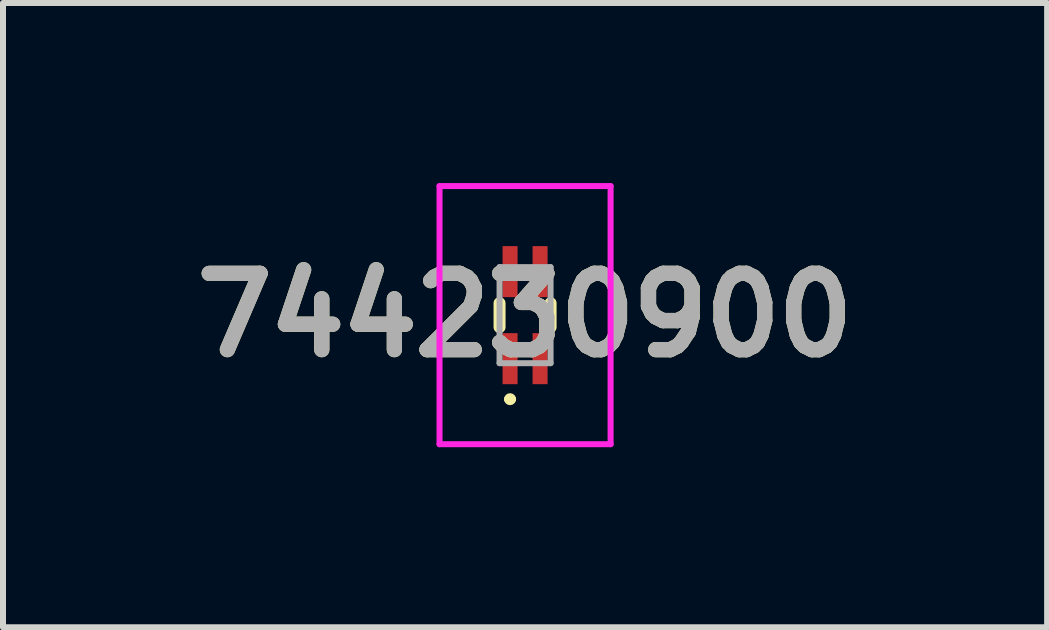
<source format=kicad_pcb>
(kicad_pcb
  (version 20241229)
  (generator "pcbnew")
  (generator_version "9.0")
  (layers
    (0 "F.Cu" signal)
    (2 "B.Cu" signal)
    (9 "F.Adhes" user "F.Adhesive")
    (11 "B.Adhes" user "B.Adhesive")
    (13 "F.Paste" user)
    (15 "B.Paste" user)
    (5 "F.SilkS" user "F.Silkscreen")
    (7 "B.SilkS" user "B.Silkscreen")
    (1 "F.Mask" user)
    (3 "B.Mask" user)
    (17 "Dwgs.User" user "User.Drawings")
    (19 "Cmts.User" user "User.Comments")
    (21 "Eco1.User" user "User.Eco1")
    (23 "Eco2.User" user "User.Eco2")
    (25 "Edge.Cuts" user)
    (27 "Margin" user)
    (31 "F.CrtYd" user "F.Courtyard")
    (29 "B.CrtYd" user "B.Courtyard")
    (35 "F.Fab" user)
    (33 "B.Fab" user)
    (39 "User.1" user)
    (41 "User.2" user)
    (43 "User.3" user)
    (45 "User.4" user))
  (footprint "744230900"
    (layer "F.Cu")
    (at 5.697 2.2)
    (property "Reference" "744230900" (at 0 0 0) (layer "F.SilkS") (effects (font (size 1.27 1.27) (thickness 0.254))))
    (attr smd)
    (fp_line (start -0.425 -0.2) (end -0.425 0.2) (stroke (width 0.2) (type solid)) (layer "F.SilkS"))
    (fp_line (start -0.3 1.4) (end -0.3 1.4) (stroke (width 0.1) (type solid)) (layer "F.SilkS"))
    (fp_line (start -0.2 1.4) (end -0.2 1.4) (stroke (width 0.1) (type solid)) (layer "F.SilkS"))
    (fp_line (start 0.425 -0.2) (end 0.425 0.2) (stroke (width 0.2) (type solid)) (layer "F.SilkS"))
    (fp_arc (start -0.3 1.4) (mid -0.25 1.35) (end -0.2 1.4) (stroke (width 0.1) (type solid)) (layer "F.SilkS"))
    (fp_arc (start -0.2 1.4) (mid -0.25 1.45) (end -0.3 1.4) (stroke (width 0.1) (type solid)) (layer "F.SilkS"))
    (fp_line (start -1.425 -2.15) (end 1.425 -2.15) (stroke (width 0.1) (type solid)) (layer "F.CrtYd"))
    (fp_line (start -1.425 2.15) (end -1.425 -2.15) (stroke (width 0.1) (type solid)) (layer "F.CrtYd"))
    (fp_line (start 1.425 -2.15) (end 1.425 2.15) (stroke (width 0.1) (type solid)) (layer "F.CrtYd"))
    (fp_line (start 1.425 2.15) (end -1.425 2.15) (stroke (width 0.1) (type solid)) (layer "F.CrtYd"))
    (fp_line (start -0.425 -0.8) (end 0.425 -0.8) (stroke (width 0.1) (type solid)) (layer "F.Fab"))
    (fp_line (start -0.425 0.8) (end -0.425 -0.8) (stroke (width 0.1) (type solid)) (layer "F.Fab"))
    (fp_line (start 0.425 -0.8) (end 0.425 0.8) (stroke (width 0.1) (type solid)) (layer "F.Fab"))
    (fp_line (start 0.425 0.8) (end -0.425 0.8) (stroke (width 0.1) (type solid)) (layer "F.Fab"))
    (fp_text user "${REFERENCE}" (at 0 0 0) (layer "F.Fab") (effects (font (size 1.27 1.27) (thickness 0.254))))
    (pad "1" smd rect (at -0.25 0.725) (size 0.25 0.85) (layers "F.Cu" "F.Mask" "F.Paste"))
    (pad "2" smd rect (at -0.25 -0.725) (size 0.25 0.85) (layers "F.Cu" "F.Mask" "F.Paste"))
    (pad "3" smd rect (at 0.25 -0.725) (size 0.25 0.85) (layers "F.Cu" "F.Mask" "F.Paste"))
    (pad "4" smd rect (at 0.25 0.725) (size 0.25 0.85) (layers "F.Cu" "F.Mask" "F.Paste")))
  (gr_rect
    (start -3 -3)
    (end 14.394 7.4)
    (stroke (width 0.1) (type default))
    (fill no)
    (layer "Edge.Cuts")))
</source>
